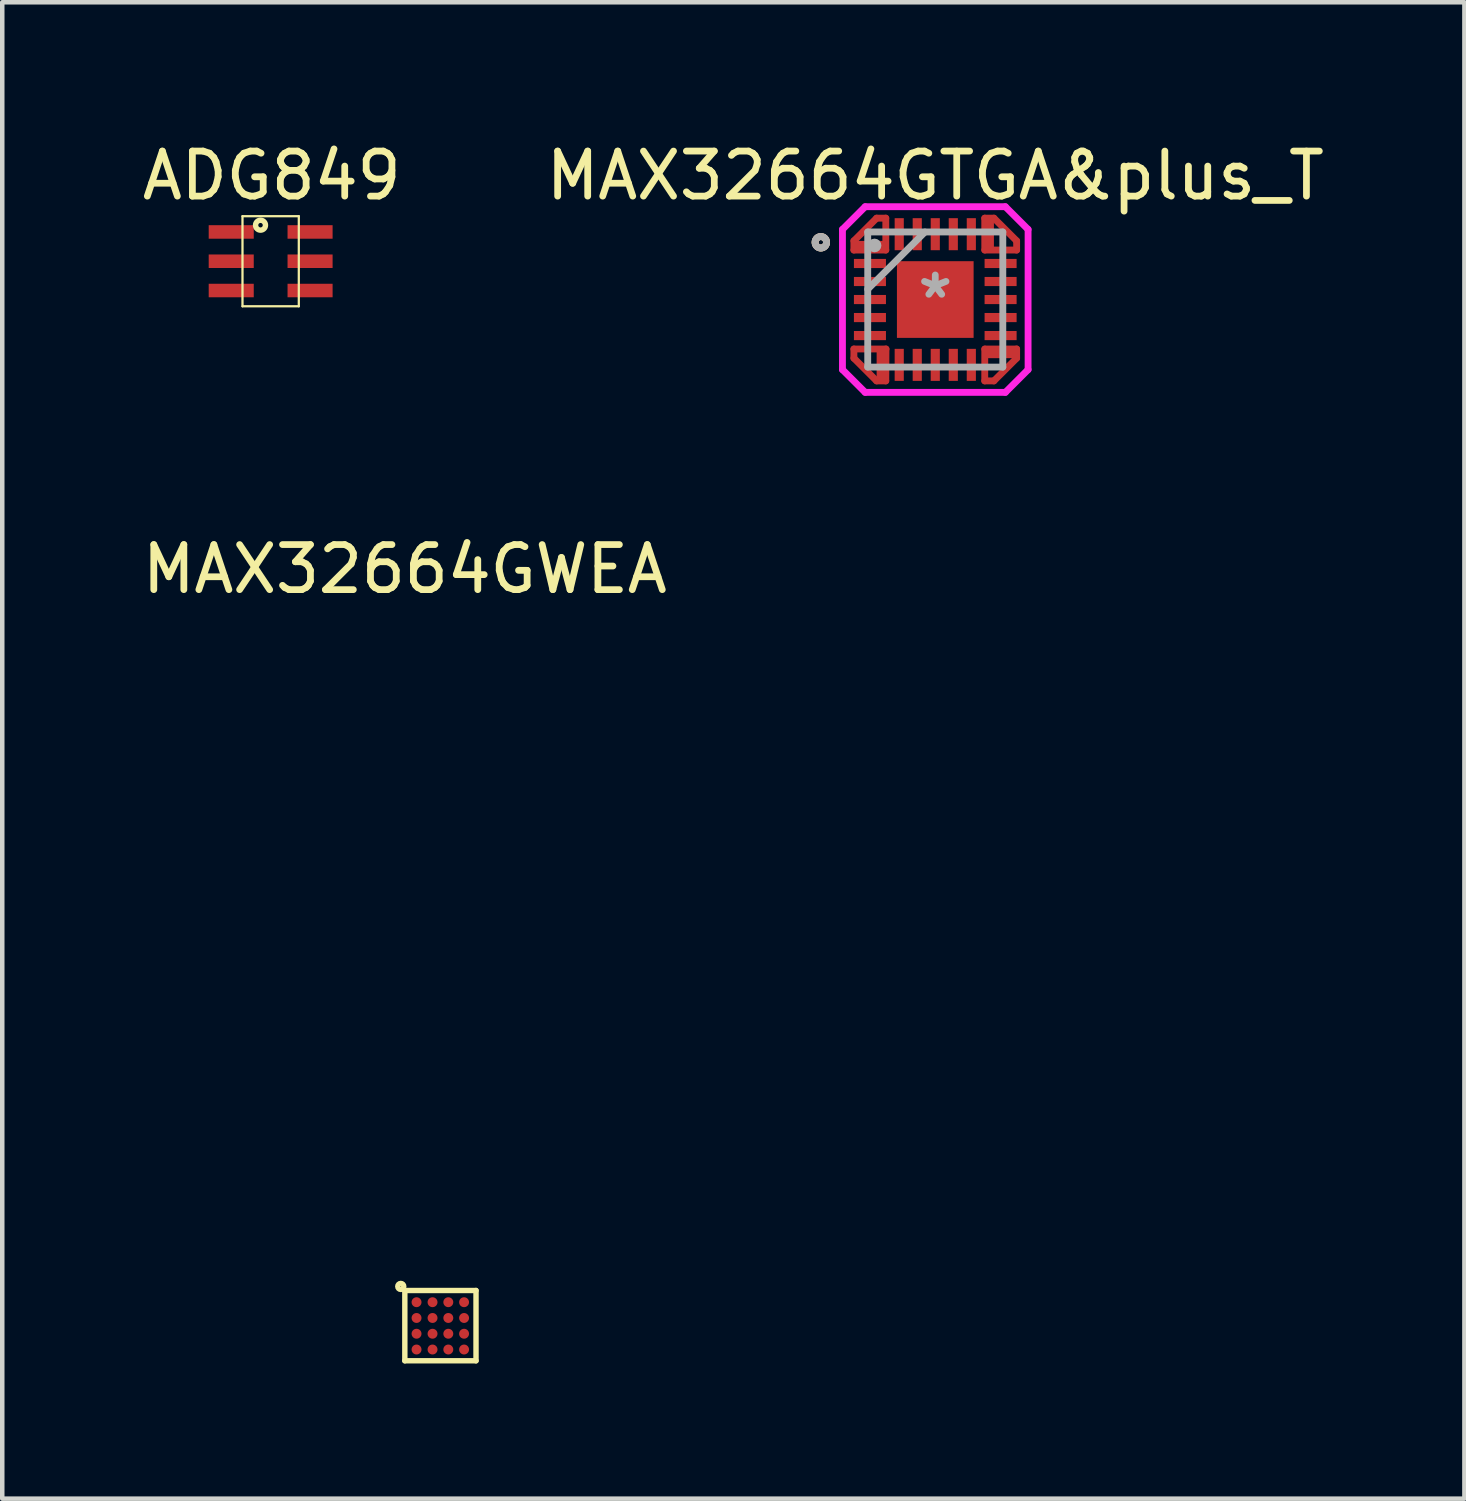
<source format=kicad_pcb>
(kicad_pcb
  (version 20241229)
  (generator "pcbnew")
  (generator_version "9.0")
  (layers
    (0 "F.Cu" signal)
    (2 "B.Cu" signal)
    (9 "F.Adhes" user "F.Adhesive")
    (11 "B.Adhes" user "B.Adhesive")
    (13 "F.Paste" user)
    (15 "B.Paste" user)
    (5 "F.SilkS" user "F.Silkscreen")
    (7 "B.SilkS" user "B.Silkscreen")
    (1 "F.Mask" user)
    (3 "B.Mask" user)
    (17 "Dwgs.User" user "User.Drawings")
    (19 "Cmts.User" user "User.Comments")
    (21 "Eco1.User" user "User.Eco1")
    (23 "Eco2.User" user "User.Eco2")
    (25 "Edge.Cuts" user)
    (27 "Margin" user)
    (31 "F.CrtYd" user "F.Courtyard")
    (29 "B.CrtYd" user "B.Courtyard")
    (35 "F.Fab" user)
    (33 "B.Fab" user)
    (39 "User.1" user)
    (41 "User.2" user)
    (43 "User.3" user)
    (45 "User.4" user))
  (footprint "MAX32664GTGA&plus_T"
    (layer "F.Cu")
    (at 17.708 3.598)
    (property "Reference" "MAX32664GTGA&plus_T" (at 0 -2.75 0) (layer "F.SilkS") (effects (font (size 1 1) (thickness 0.15))))
    (attr through_hole)
    (fp_line (start -1.806 -1.302) (end -1.302 -1.806) (stroke (width 0.152) (type solid)) (layer "F.Cu"))
    (fp_line (start -1.806 -1.098) (end -1.806 -1.302) (stroke (width 0.152) (type solid)) (layer "F.Cu"))
    (fp_line (start -1.806 1.098) (end -1.094 1.098) (stroke (width 0.152) (type solid)) (layer "F.Cu"))
    (fp_line (start -1.806 1.302) (end -1.806 1.098) (stroke (width 0.152) (type solid)) (layer "F.Cu"))
    (fp_line (start -1.302 -1.806) (end -1.098 -1.806) (stroke (width 0.152) (type solid)) (layer "F.Cu"))
    (fp_line (start -1.302 1.806) (end -1.806 1.302) (stroke (width 0.152) (type solid)) (layer "F.Cu"))
    (fp_line (start -1.098 -1.806) (end -1.098 -1.098) (stroke (width 0.152) (type solid)) (layer "F.Cu"))
    (fp_line (start -1.098 -1.098) (end -1.806 -1.098) (stroke (width 0.152) (type solid)) (layer "F.Cu"))
    (fp_line (start -1.098 1.806) (end -1.302 1.806) (stroke (width 0.152) (type solid)) (layer "F.Cu"))
    (fp_line (start -1.094 1.098) (end -1.098 1.806) (stroke (width 0.152) (type solid)) (layer "F.Cu"))
    (fp_line (start 1.098 -1.806) (end 1.099 -1.098) (stroke (width 0.152) (type solid)) (layer "F.Cu"))
    (fp_line (start 1.098 1.806) (end 1.099 1.099) (stroke (width 0.152) (type solid)) (layer "F.Cu"))
    (fp_line (start 1.099 -1.098) (end 1.806 -1.098) (stroke (width 0.152) (type solid)) (layer "F.Cu"))
    (fp_line (start 1.099 1.099) (end 1.806 1.098) (stroke (width 0.152) (type solid)) (layer "F.Cu"))
    (fp_line (start 1.302 -1.806) (end 1.098 -1.806) (stroke (width 0.152) (type solid)) (layer "F.Cu"))
    (fp_line (start 1.302 1.806) (end 1.098 1.806) (stroke (width 0.152) (type solid)) (layer "F.Cu"))
    (fp_line (start 1.806 -1.302) (end 1.302 -1.806) (stroke (width 0.152) (type solid)) (layer "F.Cu"))
    (fp_line (start 1.806 -1.098) (end 1.806 -1.302) (stroke (width 0.152) (type solid)) (layer "F.Cu"))
    (fp_line (start 1.806 1.098) (end 1.806 1.302) (stroke (width 0.152) (type solid)) (layer "F.Cu"))
    (fp_line (start 1.806 1.302) (end 1.302 1.806) (stroke (width 0.152) (type solid)) (layer "F.Cu"))
    (fp_line (start -1.806 -1.302) (end -1.302 -1.806) (stroke (width 0.152) (type solid)) (layer "F.Mask"))
    (fp_line (start -1.806 -1.098) (end -1.806 -1.302) (stroke (width 0.152) (type solid)) (layer "F.Mask"))
    (fp_line (start -1.806 1.098) (end -1.094 1.098) (stroke (width 0.152) (type solid)) (layer "F.Mask"))
    (fp_line (start -1.806 1.302) (end -1.806 1.098) (stroke (width 0.152) (type solid)) (layer "F.Mask"))
    (fp_line (start -1.302 -1.806) (end -1.098 -1.806) (stroke (width 0.152) (type solid)) (layer "F.Mask"))
    (fp_line (start -1.302 1.806) (end -1.806 1.302) (stroke (width 0.152) (type solid)) (layer "F.Mask"))
    (fp_line (start -1.098 -1.806) (end -1.098 -1.098) (stroke (width 0.152) (type solid)) (layer "F.Mask"))
    (fp_line (start -1.098 -1.098) (end -1.806 -1.098) (stroke (width 0.152) (type solid)) (layer "F.Mask"))
    (fp_line (start -1.098 1.806) (end -1.302 1.806) (stroke (width 0.152) (type solid)) (layer "F.Mask"))
    (fp_line (start -1.094 1.098) (end -1.098 1.806) (stroke (width 0.152) (type solid)) (layer "F.Mask"))
    (fp_line (start 1.098 -1.806) (end 1.099 -1.098) (stroke (width 0.152) (type solid)) (layer "F.Mask"))
    (fp_line (start 1.098 1.806) (end 1.099 1.099) (stroke (width 0.152) (type solid)) (layer "F.Mask"))
    (fp_line (start 1.099 -1.098) (end 1.806 -1.098) (stroke (width 0.152) (type solid)) (layer "F.Mask"))
    (fp_line (start 1.099 1.099) (end 1.806 1.098) (stroke (width 0.152) (type solid)) (layer "F.Mask"))
    (fp_line (start 1.302 -1.806) (end 1.098 -1.806) (stroke (width 0.152) (type solid)) (layer "F.Mask"))
    (fp_line (start 1.302 1.806) (end 1.098 1.806) (stroke (width 0.152) (type solid)) (layer "F.Mask"))
    (fp_line (start 1.806 -1.302) (end 1.302 -1.806) (stroke (width 0.152) (type solid)) (layer "F.Mask"))
    (fp_line (start 1.806 -1.098) (end 1.806 -1.302) (stroke (width 0.152) (type solid)) (layer "F.Mask"))
    (fp_line (start 1.806 1.098) (end 1.806 1.302) (stroke (width 0.152) (type solid)) (layer "F.Mask"))
    (fp_line (start 1.806 1.302) (end 1.302 1.806) (stroke (width 0.152) (type solid)) (layer "F.Mask"))
    (fp_circle (center -2.54 -1.27) (end -2.413 -1.27) (stroke (width 0.152) (type solid)) (fill no) (layer "F.SilkS"))
    (fp_circle (center -2.54 -1.27) (end -2.413 -1.27) (stroke (width 0.152) (type solid)) (fill no) (layer "B.SilkS"))
    (fp_line (start -1.806 -1.302) (end -1.302 -1.806) (stroke (width 0.152) (type solid)) (layer "F.Paste"))
    (fp_line (start -1.806 -1.098) (end -1.806 -1.302) (stroke (width 0.152) (type solid)) (layer "F.Paste"))
    (fp_line (start -1.806 1.098) (end -1.094 1.098) (stroke (width 0.152) (type solid)) (layer "F.Paste"))
    (fp_line (start -1.806 1.302) (end -1.806 1.098) (stroke (width 0.152) (type solid)) (layer "F.Paste"))
    (fp_line (start -1.302 -1.806) (end -1.098 -1.806) (stroke (width 0.152) (type solid)) (layer "F.Paste"))
    (fp_line (start -1.302 1.806) (end -1.806 1.302) (stroke (width 0.152) (type solid)) (layer "F.Paste"))
    (fp_line (start -1.098 -1.806) (end -1.098 -1.098) (stroke (width 0.152) (type solid)) (layer "F.Paste"))
    (fp_line (start -1.098 -1.098) (end -1.806 -1.098) (stroke (width 0.152) (type solid)) (layer "F.Paste"))
    (fp_line (start -1.098 1.806) (end -1.302 1.806) (stroke (width 0.152) (type solid)) (layer "F.Paste"))
    (fp_line (start -1.094 1.098) (end -1.098 1.806) (stroke (width 0.152) (type solid)) (layer "F.Paste"))
    (fp_line (start 1.098 -1.806) (end 1.099 -1.098) (stroke (width 0.152) (type solid)) (layer "F.Paste"))
    (fp_line (start 1.098 1.806) (end 1.099 1.099) (stroke (width 0.152) (type solid)) (layer "F.Paste"))
    (fp_line (start 1.099 -1.098) (end 1.806 -1.098) (stroke (width 0.152) (type solid)) (layer "F.Paste"))
    (fp_line (start 1.099 1.099) (end 1.806 1.098) (stroke (width 0.152) (type solid)) (layer "F.Paste"))
    (fp_line (start 1.302 -1.806) (end 1.098 -1.806) (stroke (width 0.152) (type solid)) (layer "F.Paste"))
    (fp_line (start 1.302 1.806) (end 1.098 1.806) (stroke (width 0.152) (type solid)) (layer "F.Paste"))
    (fp_line (start 1.806 -1.302) (end 1.302 -1.806) (stroke (width 0.152) (type solid)) (layer "F.Paste"))
    (fp_line (start 1.806 -1.098) (end 1.806 -1.302) (stroke (width 0.152) (type solid)) (layer "F.Paste"))
    (fp_line (start 1.806 1.098) (end 1.806 1.302) (stroke (width 0.152) (type solid)) (layer "F.Paste"))
    (fp_line (start 1.806 1.302) (end 1.302 1.806) (stroke (width 0.152) (type solid)) (layer "F.Paste"))
    (fp_line (start -2.06 -1.556) (end -2.06 1.556) (stroke (width 0.152) (type solid)) (layer "F.CrtYd"))
    (fp_line (start -2.06 1.556) (end -1.556 2.06) (stroke (width 0.152) (type solid)) (layer "F.CrtYd"))
    (fp_line (start -1.556 -2.06) (end -2.06 -1.556) (stroke (width 0.152) (type solid)) (layer "F.CrtYd"))
    (fp_line (start -1.556 2.06) (end 1.556 2.06) (stroke (width 0.152) (type solid)) (layer "F.CrtYd"))
    (fp_line (start 1.556 -2.06) (end -1.556 -2.06) (stroke (width 0.152) (type solid)) (layer "F.CrtYd"))
    (fp_line (start 1.556 2.06) (end 2.06 1.556) (stroke (width 0.152) (type solid)) (layer "F.CrtYd"))
    (fp_line (start 2.06 -1.556) (end 1.556 -2.06) (stroke (width 0.152) (type solid)) (layer "F.CrtYd"))
    (fp_line (start 2.06 1.556) (end 2.06 -1.556) (stroke (width 0.152) (type solid)) (layer "F.CrtYd"))
    (fp_line (start -1.499 -1.499) (end -1.499 1.499) (stroke (width 0.152) (type solid)) (layer "F.Fab"))
    (fp_line (start -1.499 -0.229) (end -0.229 -1.499) (stroke (width 0.152) (type solid)) (layer "F.Fab"))
    (fp_line (start -1.499 1.499) (end 1.499 1.499) (stroke (width 0.152) (type solid)) (layer "F.Fab"))
    (fp_line (start 1.499 -1.499) (end -1.499 -1.499) (stroke (width 0.152) (type solid)) (layer "F.Fab"))
    (fp_line (start 1.499 1.499) (end 1.499 -1.499) (stroke (width 0.152) (type solid)) (layer "F.Fab"))
    (fp_circle (center -2.54 -1.27) (end -2.413 -1.27) (stroke (width 0.152) (type solid)) (fill no) (layer "F.Fab"))
    (fp_circle (center -1.348 -1.2) (end -1.348 -1.2) (stroke (width 0.152) (type solid)) (fill no) (layer "F.Fab"))
    (fp_text user "*" (at 0 0 0) (layer "F.Fab") (effects (font (size 1 1) (thickness 0.15))))
    (pad "1" smd rect (at -1.45 -1.2) (size 0.711 0.203) (layers "F.Cu" "F.Mask" "F.Paste"))
    (pad "2" smd rect (at -1.45 -0.8) (size 0.711 0.203) (layers "F.Cu" "F.Mask" "F.Paste"))
    (pad "3" smd rect (at -1.45 -0.4) (size 0.711 0.203) (layers "F.Cu" "F.Mask" "F.Paste"))
    (pad "4" smd rect (at -1.45 0) (size 0.711 0.203) (layers "F.Cu" "F.Mask" "F.Paste"))
    (pad "5" smd rect (at -1.45 0.4) (size 0.711 0.203) (layers "F.Cu" "F.Mask" "F.Paste"))
    (pad "6" smd rect (at -1.45 0.8) (size 0.711 0.203) (layers "F.Cu" "F.Mask" "F.Paste"))
    (pad "7" smd rect (at -1.2 1.45 90) (size 0.711 0.203) (layers "F.Cu" "F.Mask" "F.Paste"))
    (pad "8" smd rect (at -0.8 1.45 90) (size 0.711 0.203) (layers "F.Cu" "F.Mask" "F.Paste"))
    (pad "9" smd rect (at -0.4 1.45 90) (size 0.711 0.203) (layers "F.Cu" "F.Mask" "F.Paste"))
    (pad "10" smd rect (at 0 1.45 90) (size 0.711 0.203) (layers "F.Cu" "F.Mask" "F.Paste"))
    (pad "11" smd rect (at 0.4 1.45 90) (size 0.711 0.203) (layers "F.Cu" "F.Mask" "F.Paste"))
    (pad "12" smd rect (at 0.8 1.45 90) (size 0.711 0.203) (layers "F.Cu" "F.Mask" "F.Paste"))
    (pad "13" smd rect (at 1.45 1.2) (size 0.711 0.203) (layers "F.Cu" "F.Mask" "F.Paste"))
    (pad "14" smd rect (at 1.45 0.8) (size 0.711 0.203) (layers "F.Cu" "F.Mask" "F.Paste"))
    (pad "15" smd rect (at 1.45 0.4) (size 0.711 0.203) (layers "F.Cu" "F.Mask" "F.Paste"))
    (pad "16" smd rect (at 1.45 0) (size 0.711 0.203) (layers "F.Cu" "F.Mask" "F.Paste"))
    (pad "17" smd rect (at 1.45 -0.4) (size 0.711 0.203) (layers "F.Cu" "F.Mask" "F.Paste"))
    (pad "18" smd rect (at 1.45 -0.8) (size 0.711 0.203) (layers "F.Cu" "F.Mask" "F.Paste"))
    (pad "19" smd rect (at 1.2 -1.45 90) (size 0.711 0.203) (layers "F.Cu" "F.Mask" "F.Paste"))
    (pad "20" smd rect (at 0.8 -1.45 90) (size 0.711 0.203) (layers "F.Cu" "F.Mask" "F.Paste"))
    (pad "21" smd rect (at 0.4 -1.45 90) (size 0.711 0.203) (layers "F.Cu" "F.Mask" "F.Paste"))
    (pad "22" smd rect (at 0 -1.45 90) (size 0.711 0.203) (layers "F.Cu" "F.Mask" "F.Paste"))
    (pad "23" smd rect (at -0.4 -1.45 90) (size 0.711 0.203) (layers "F.Cu" "F.Mask" "F.Paste"))
    (pad "24" smd rect (at -0.8 -1.45 90) (size 0.711 0.203) (layers "F.Cu" "F.Mask" "F.Paste"))
    (pad "25" smd rect (at 0 0) (size 1.702 1.702) (layers "F.Cu" "F.Mask" "F.Paste")))
  (footprint "MAX32664GWEA"
    (layer "F.Cu")
    (at 5.935 25.592)
    (property "Reference" "MAX32664GWEA" (at 0 -16.01 0) (layer "F.SilkS") (effects (font (size 1 1) (thickness 0.15))))
    (attr through_hole)
    (fp_line (start 0 0) (end 1.58 0) (stroke (width 0.12) (type solid)) (layer "F.SilkS"))
    (fp_line (start 0 1.56) (end 0 0) (stroke (width 0.12) (type solid)) (layer "F.SilkS"))
    (fp_line (start 1.58 0) (end 1.58 1.56) (stroke (width 0.12) (type solid)) (layer "F.SilkS"))
    (fp_line (start 1.58 1.56) (end 0 1.56) (stroke (width 0.12) (type solid)) (layer "F.SilkS"))
    (fp_circle (center -0.09 -0.09) (end -0.085 -0.085) (stroke (width 0.12) (type solid)) (fill no) (layer "F.SilkS"))
    (pad "A1" smd circle (at 0.26 0.26) (size 0.22 0.22) (layers "F.Cu" "F.Mask" "F.Paste"))
    (pad "A2" smd circle (at 0.615 0.26) (size 0.22 0.22) (layers "F.Cu" "F.Mask" "F.Paste"))
    (pad "A3" smd circle (at 0.965 0.26) (size 0.22 0.22) (layers "F.Cu" "F.Mask" "F.Paste"))
    (pad "A4" smd circle (at 1.315 0.26) (size 0.22 0.22) (layers "F.Cu" "F.Mask" "F.Paste"))
    (pad "B1" smd circle (at 0.26 0.61) (size 0.22 0.22) (layers "F.Cu" "F.Mask" "F.Paste"))
    (pad "B2" smd circle (at 0.615 0.61) (size 0.22 0.22) (layers "F.Cu" "F.Mask" "F.Paste"))
    (pad "B3" smd circle (at 0.965 0.61) (size 0.22 0.22) (layers "F.Cu" "F.Mask" "F.Paste"))
    (pad "B4" smd circle (at 1.315 0.61) (size 0.22 0.22) (layers "F.Cu" "F.Mask" "F.Paste"))
    (pad "C1" smd circle (at 0.26 0.96) (size 0.22 0.22) (layers "F.Cu" "F.Mask" "F.Paste"))
    (pad "C2" smd circle (at 0.615 0.96) (size 0.22 0.22) (layers "F.Cu" "F.Mask" "F.Paste"))
    (pad "C3" smd circle (at 0.965 0.96) (size 0.22 0.22) (layers "F.Cu" "F.Mask" "F.Paste"))
    (pad "C4" smd circle (at 1.315 0.96) (size 0.22 0.22) (layers "F.Cu" "F.Mask" "F.Paste"))
    (pad "D1" smd circle (at 0.26 1.31) (size 0.22 0.22) (layers "F.Cu" "F.Mask" "F.Paste"))
    (pad "D2" smd circle (at 0.615 1.31) (size 0.22 0.22) (layers "F.Cu" "F.Mask" "F.Paste"))
    (pad "D3" smd circle (at 0.965 1.31) (size 0.22 0.22) (layers "F.Cu" "F.Mask" "F.Paste"))
    (pad "D4" smd circle (at 1.315 1.31) (size 0.22 0.22) (layers "F.Cu" "F.Mask" "F.Paste")))
  (footprint "ADG849"
    (layer "F.Cu")
    (at 2.982 2.748)
    (property "Reference" "ADG849" (at 0 -1.9 0) (layer "F.SilkS") (effects (font (size 1 1) (thickness 0.15))))
    (attr through_hole)
    (fp_line (start -0.65 -1) (end 0.6 -1) (stroke (width 0.05) (type solid)) (layer "F.SilkS"))
    (fp_line (start -0.65 1) (end -0.65 -1) (stroke (width 0.05) (type solid)) (layer "F.SilkS"))
    (fp_line (start 0.6 -1) (end 0.6 1) (stroke (width 0.05) (type solid)) (layer "F.SilkS"))
    (fp_line (start 0.6 1) (end -0.65 1) (stroke (width 0.05) (type solid)) (layer "F.SilkS"))
    (fp_circle (center -0.25 -0.8) (end -0.2 -0.8) (stroke (width 0.12) (type solid)) (fill no) (layer "F.SilkS"))
    (pad "1" smd rect (at -0.9 -0.65) (size 1 0.3) (layers "F.Cu" "F.Mask" "F.Paste"))
    (pad "2" smd rect (at -0.9 0) (size 1 0.3) (layers "F.Cu" "F.Mask" "F.Paste"))
    (pad "3" smd rect (at -0.9 0.65) (size 1 0.3) (layers "F.Cu" "F.Mask" "F.Paste"))
    (pad "4" smd rect (at 0.85 0.65) (size 1 0.3) (layers "F.Cu" "F.Mask" "F.Paste"))
    (pad "5" smd rect (at 0.85 0) (size 1 0.3) (layers "F.Cu" "F.Mask" "F.Paste"))
    (pad "6" smd rect (at 0.85 -0.65) (size 1 0.3) (layers "F.Cu" "F.Mask" "F.Paste")))
  (gr_rect
    (start -3 -3)
    (end 29.452 30.212)
    (stroke (width 0.1) (type default))
    (fill no)
    (layer "Edge.Cuts")))
</source>
